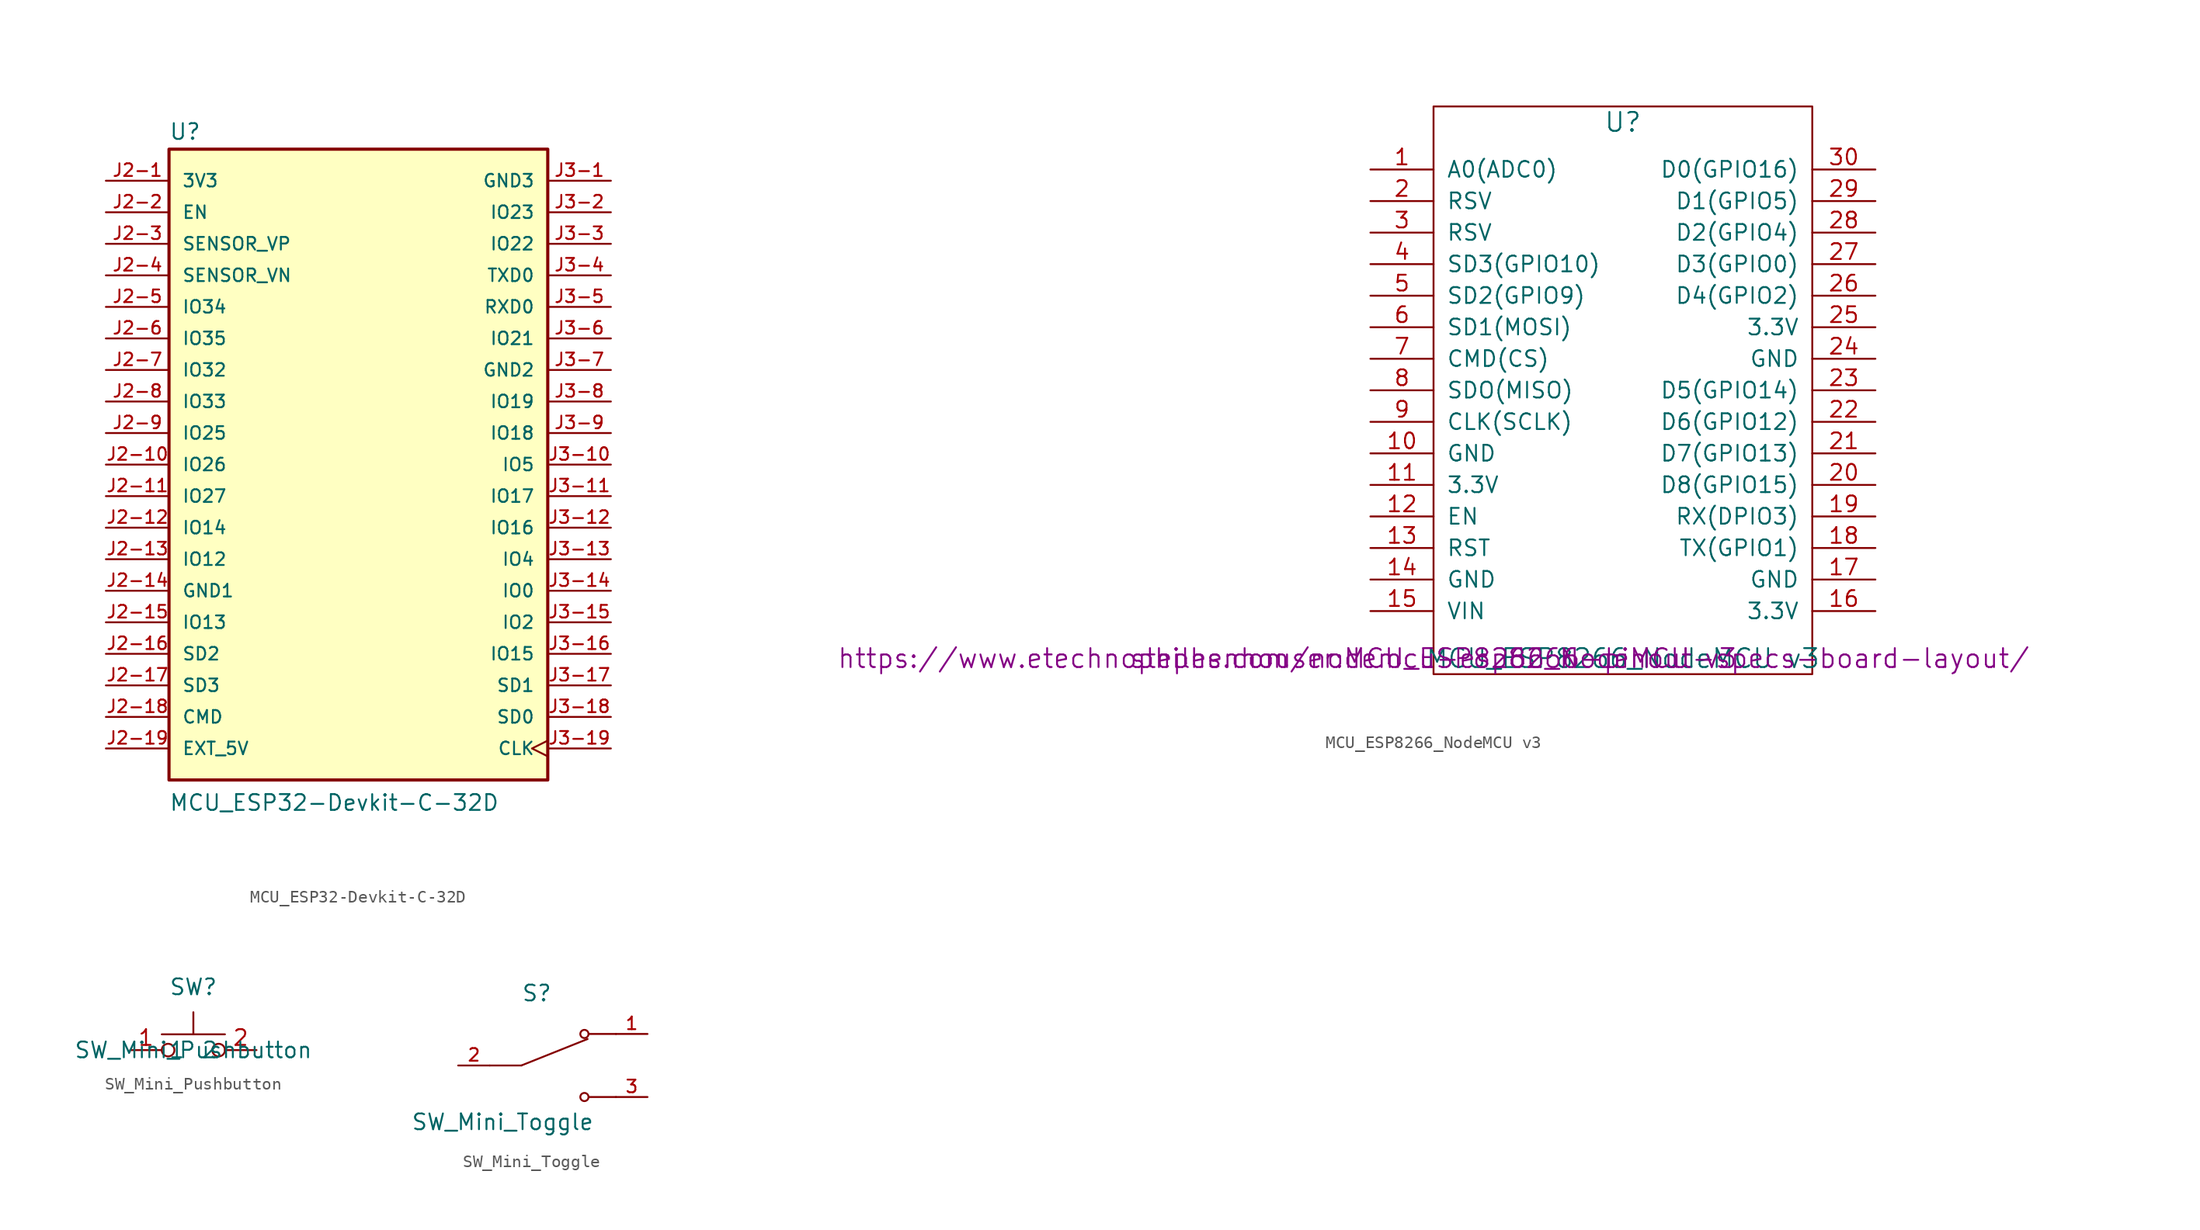
<source format=kicad_sym>
(kicad_symbol_lib
  (version 20220914)
  (generator kicad_symbol_editor)
  (symbol "MCU_ESP32-Devkit-C-32D"
    (pin_names
      (offset 1.016))
    (property "Reference" "U"
      (at -15.257 26.064 0)
      (effects (font (size 1.27 1.27)) (justify left bottom)))
    (property "Value" "MCU_ESP32-Devkit-C-32D"
      (at -15.256 -27.97 0)
      (effects (font (size 1.27 1.27)) (justify left bottom)))
    (symbol "MCU_ESP32-Devkit-C-32D_0_0"
      (rectangle (start -15.24 -25.4) (end 15.24 25.4) (stroke (width 0.254) (type default)) (fill (type background)))
      (pin power_in line (at -20.32 22.86 0) (length 5.08) (name "3V3" (effects (font (size 1.016 1.016)))) (number "J2-1" (effects (font (size 1.016 1.016)))))
      (pin bidirectional line (at -20.32 0 0) (length 5.08) (name "IO26" (effects (font (size 1.016 1.016)))) (number "J2-10" (effects (font (size 1.016 1.016)))))
      (pin bidirectional line (at -20.32 -2.54 0) (length 5.08) (name "IO27" (effects (font (size 1.016 1.016)))) (number "J2-11" (effects (font (size 1.016 1.016)))))
      (pin bidirectional line (at -20.32 -5.08 0) (length 5.08) (name "IO14" (effects (font (size 1.016 1.016)))) (number "J2-12" (effects (font (size 1.016 1.016)))))
      (pin bidirectional line (at -20.32 -7.62 0) (length 5.08) (name "IO12" (effects (font (size 1.016 1.016)))) (number "J2-13" (effects (font (size 1.016 1.016)))))
      (pin power_in line (at -20.32 -10.16 0) (length 5.08) (name "GND1" (effects (font (size 1.016 1.016)))) (number "J2-14" (effects (font (size 1.016 1.016)))))
      (pin bidirectional line (at -20.32 -12.7 0) (length 5.08) (name "IO13" (effects (font (size 1.016 1.016)))) (number "J2-15" (effects (font (size 1.016 1.016)))))
      (pin bidirectional line (at -20.32 -15.24 0) (length 5.08) (name "SD2" (effects (font (size 1.016 1.016)))) (number "J2-16" (effects (font (size 1.016 1.016)))))
      (pin bidirectional line (at -20.32 -17.78 0) (length 5.08) (name "SD3" (effects (font (size 1.016 1.016)))) (number "J2-17" (effects (font (size 1.016 1.016)))))
      (pin bidirectional line (at -20.32 -20.32 0) (length 5.08) (name "CMD" (effects (font (size 1.016 1.016)))) (number "J2-18" (effects (font (size 1.016 1.016)))))
      (pin power_in line (at -20.32 -22.86 0) (length 5.08) (name "EXT_5V" (effects (font (size 1.016 1.016)))) (number "J2-19" (effects (font (size 1.016 1.016)))))
      (pin input line (at -20.32 20.32 0) (length 5.08) (name "EN" (effects (font (size 1.016 1.016)))) (number "J2-2" (effects (font (size 1.016 1.016)))))
      (pin input line (at -20.32 17.78 0) (length 5.08) (name "SENSOR_VP" (effects (font (size 1.016 1.016)))) (number "J2-3" (effects (font (size 1.016 1.016)))))
      (pin input line (at -20.32 15.24 0) (length 5.08) (name "SENSOR_VN" (effects (font (size 1.016 1.016)))) (number "J2-4" (effects (font (size 1.016 1.016)))))
      (pin bidirectional line (at -20.32 12.7 0) (length 5.08) (name "IO34" (effects (font (size 1.016 1.016)))) (number "J2-5" (effects (font (size 1.016 1.016)))))
      (pin bidirectional line (at -20.32 10.16 0) (length 5.08) (name "IO35" (effects (font (size 1.016 1.016)))) (number "J2-6" (effects (font (size 1.016 1.016)))))
      (pin bidirectional line (at -20.32 7.62 0) (length 5.08) (name "IO32" (effects (font (size 1.016 1.016)))) (number "J2-7" (effects (font (size 1.016 1.016)))))
      (pin bidirectional line (at -20.32 5.08 0) (length 5.08) (name "IO33" (effects (font (size 1.016 1.016)))) (number "J2-8" (effects (font (size 1.016 1.016)))))
      (pin bidirectional line (at -20.32 2.54 0) (length 5.08) (name "IO25" (effects (font (size 1.016 1.016)))) (number "J2-9" (effects (font (size 1.016 1.016)))))
      (pin power_in line (at 20.32 22.86 180) (length 5.08) (name "GND3" (effects (font (size 1.016 1.016)))) (number "J3-1" (effects (font (size 1.016 1.016)))))
      (pin bidirectional line (at 20.32 0 180) (length 5.08) (name "IO5" (effects (font (size 1.016 1.016)))) (number "J3-10" (effects (font (size 1.016 1.016)))))
      (pin bidirectional line (at 20.32 -2.54 180) (length 5.08) (name "IO17" (effects (font (size 1.016 1.016)))) (number "J3-11" (effects (font (size 1.016 1.016)))))
      (pin bidirectional line (at 20.32 -5.08 180) (length 5.08) (name "IO16" (effects (font (size 1.016 1.016)))) (number "J3-12" (effects (font (size 1.016 1.016)))))
      (pin bidirectional line (at 20.32 -7.62 180) (length 5.08) (name "IO4" (effects (font (size 1.016 1.016)))) (number "J3-13" (effects (font (size 1.016 1.016)))))
      (pin bidirectional line (at 20.32 -10.16 180) (length 5.08) (name "IO0" (effects (font (size 1.016 1.016)))) (number "J3-14" (effects (font (size 1.016 1.016)))))
      (pin bidirectional line (at 20.32 -12.7 180) (length 5.08) (name "IO2" (effects (font (size 1.016 1.016)))) (number "J3-15" (effects (font (size 1.016 1.016)))))
      (pin bidirectional line (at 20.32 -15.24 180) (length 5.08) (name "IO15" (effects (font (size 1.016 1.016)))) (number "J3-16" (effects (font (size 1.016 1.016)))))
      (pin bidirectional line (at 20.32 -17.78 180) (length 5.08) (name "SD1" (effects (font (size 1.016 1.016)))) (number "J3-17" (effects (font (size 1.016 1.016)))))
      (pin bidirectional line (at 20.32 -20.32 180) (length 5.08) (name "SD0" (effects (font (size 1.016 1.016)))) (number "J3-18" (effects (font (size 1.016 1.016)))))
      (pin input clock (at 20.32 -22.86 180) (length 5.08) (name "CLK" (effects (font (size 1.016 1.016)))) (number "J3-19" (effects (font (size 1.016 1.016)))))
      (pin bidirectional line (at 20.32 20.32 180) (length 5.08) (name "IO23" (effects (font (size 1.016 1.016)))) (number "J3-2" (effects (font (size 1.016 1.016)))))
      (pin bidirectional line (at 20.32 17.78 180) (length 5.08) (name "IO22" (effects (font (size 1.016 1.016)))) (number "J3-3" (effects (font (size 1.016 1.016)))))
      (pin output line (at 20.32 15.24 180) (length 5.08) (name "TXD0" (effects (font (size 1.016 1.016)))) (number "J3-4" (effects (font (size 1.016 1.016)))))
      (pin input line (at 20.32 12.7 180) (length 5.08) (name "RXD0" (effects (font (size 1.016 1.016)))) (number "J3-5" (effects (font (size 1.016 1.016)))))
      (pin bidirectional line (at 20.32 10.16 180) (length 5.08) (name "IO21" (effects (font (size 1.016 1.016)))) (number "J3-6" (effects (font (size 1.016 1.016)))))
      (pin power_in line (at 20.32 7.62 180) (length 5.08) (name "GND2" (effects (font (size 1.016 1.016)))) (number "J3-7" (effects (font (size 1.016 1.016)))))
      (pin bidirectional line (at 20.32 5.08 180) (length 5.08) (name "IO19" (effects (font (size 1.016 1.016)))) (number "J3-8" (effects (font (size 1.016 1.016)))))
      (pin bidirectional line (at 20.32 2.54 180) (length 5.08) (name "IO18" (effects (font (size 1.016 1.016)))) (number "J3-9" (effects (font (size 1.016 1.016)))))))
  (symbol "MCU_ESP8266_NodeMCU v3"
    (pin_names
      (offset 1.016))
    (property "Reference" "U"
      (at 0 21.59 0)
      (effects (font (size 1.524 1.524))))
    (property "Value" "MCU_ESP8266_NodeMCU v3"
      (at 0 -21.59 0)
      (effects (font (size 1.524 1.524))))
    (property "Footprint" "stephenhouser:MCU_ESP8266_NodeMCU v3"
      (at -15.24 -21.59 0)
      (effects (font (size 1.524 1.524))))
    (property "Datasheet" "https://www.etechnophiles.com/nodemcu-esp8266-pinout-specs-board-layout/"
      (at -15.24 -21.59 0)
      (effects (font (size 1.524 1.524))))
    (symbol "MCU_ESP8266_NodeMCU v3_0_1"
      (rectangle (start -15.24 -22.86) (end 15.24 22.86) (stroke (width 0) (type solid)) (fill (type none))))
    (symbol "MCU_ESP8266_NodeMCU v3_1_1"
      (pin input line (at -20.32 17.78 0) (length 5.08) (name "A0(ADC0)" (effects (font (size 1.27 1.27)))) (number "1" (effects (font (size 1.27 1.27)))))
      (pin input line (at -20.32 -5.08 0) (length 5.08) (name "GND" (effects (font (size 1.27 1.27)))) (number "10" (effects (font (size 1.27 1.27)))))
      (pin input line (at -20.32 -7.62 0) (length 5.08) (name "3.3V" (effects (font (size 1.27 1.27)))) (number "11" (effects (font (size 1.27 1.27)))))
      (pin input line (at -20.32 -10.16 0) (length 5.08) (name "EN" (effects (font (size 1.27 1.27)))) (number "12" (effects (font (size 1.27 1.27)))))
      (pin input line (at -20.32 -12.7 0) (length 5.08) (name "RST" (effects (font (size 1.27 1.27)))) (number "13" (effects (font (size 1.27 1.27)))))
      (pin input line (at -20.32 -15.24 0) (length 5.08) (name "GND" (effects (font (size 1.27 1.27)))) (number "14" (effects (font (size 1.27 1.27)))))
      (pin input line (at -20.32 -17.78 0) (length 5.08) (name "VIN" (effects (font (size 1.27 1.27)))) (number "15" (effects (font (size 1.27 1.27)))))
      (pin input line (at 20.32 -17.78 180) (length 5.08) (name "3.3V" (effects (font (size 1.27 1.27)))) (number "16" (effects (font (size 1.27 1.27)))))
      (pin input line (at 20.32 -15.24 180) (length 5.08) (name "GND" (effects (font (size 1.27 1.27)))) (number "17" (effects (font (size 1.27 1.27)))))
      (pin input line (at 20.32 -12.7 180) (length 5.08) (name "TX(GPIO1)" (effects (font (size 1.27 1.27)))) (number "18" (effects (font (size 1.27 1.27)))))
      (pin input line (at 20.32 -10.16 180) (length 5.08) (name "RX(DPIO3)" (effects (font (size 1.27 1.27)))) (number "19" (effects (font (size 1.27 1.27)))))
      (pin input line (at -20.32 15.24 0) (length 5.08) (name "RSV" (effects (font (size 1.27 1.27)))) (number "2" (effects (font (size 1.27 1.27)))))
      (pin input line (at 20.32 -7.62 180) (length 5.08) (name "D8(GPIO15)" (effects (font (size 1.27 1.27)))) (number "20" (effects (font (size 1.27 1.27)))))
      (pin input line (at 20.32 -5.08 180) (length 5.08) (name "D7(GPIO13)" (effects (font (size 1.27 1.27)))) (number "21" (effects (font (size 1.27 1.27)))))
      (pin input line (at 20.32 -2.54 180) (length 5.08) (name "D6(GPIO12)" (effects (font (size 1.27 1.27)))) (number "22" (effects (font (size 1.27 1.27)))))
      (pin input line (at 20.32 0 180) (length 5.08) (name "D5(GPIO14)" (effects (font (size 1.27 1.27)))) (number "23" (effects (font (size 1.27 1.27)))))
      (pin input line (at 20.32 2.54 180) (length 5.08) (name "GND" (effects (font (size 1.27 1.27)))) (number "24" (effects (font (size 1.27 1.27)))))
      (pin input line (at 20.32 5.08 180) (length 5.08) (name "3.3V" (effects (font (size 1.27 1.27)))) (number "25" (effects (font (size 1.27 1.27)))))
      (pin input line (at 20.32 7.62 180) (length 5.08) (name "D4(GPIO2)" (effects (font (size 1.27 1.27)))) (number "26" (effects (font (size 1.27 1.27)))))
      (pin input line (at 20.32 10.16 180) (length 5.08) (name "D3(GPIO0)" (effects (font (size 1.27 1.27)))) (number "27" (effects (font (size 1.27 1.27)))))
      (pin input line (at 20.32 12.7 180) (length 5.08) (name "D2(GPIO4)" (effects (font (size 1.27 1.27)))) (number "28" (effects (font (size 1.27 1.27)))))
      (pin input line (at 20.32 15.24 180) (length 5.08) (name "D1(GPIO5)" (effects (font (size 1.27 1.27)))) (number "29" (effects (font (size 1.27 1.27)))))
      (pin input line (at -20.32 12.7 0) (length 5.08) (name "RSV" (effects (font (size 1.27 1.27)))) (number "3" (effects (font (size 1.27 1.27)))))
      (pin input line (at 20.32 17.78 180) (length 5.08) (name "D0(GPIO16)" (effects (font (size 1.27 1.27)))) (number "30" (effects (font (size 1.27 1.27)))))
      (pin input line (at -20.32 10.16 0) (length 5.08) (name "SD3(GPIO10)" (effects (font (size 1.27 1.27)))) (number "4" (effects (font (size 1.27 1.27)))))
      (pin input line (at -20.32 7.62 0) (length 5.08) (name "SD2(GPIO9)" (effects (font (size 1.27 1.27)))) (number "5" (effects (font (size 1.27 1.27)))))
      (pin input line (at -20.32 5.08 0) (length 5.08) (name "SD1(MOSI)" (effects (font (size 1.27 1.27)))) (number "6" (effects (font (size 1.27 1.27)))))
      (pin input line (at -20.32 2.54 0) (length 5.08) (name "CMD(CS)" (effects (font (size 1.27 1.27)))) (number "7" (effects (font (size 1.27 1.27)))))
      (pin input line (at -20.32 0 0) (length 5.08) (name "SDO(MISO)" (effects (font (size 1.27 1.27)))) (number "8" (effects (font (size 1.27 1.27)))))
      (pin input line (at -20.32 -2.54 0) (length 5.08) (name "CLK(SCLK)" (effects (font (size 1.27 1.27)))) (number "9" (effects (font (size 1.27 1.27)))))))
  (symbol "SW_Mini_Pushbutton"
    (property "Reference" "SW"
      (at 0 5.08 0)
      (effects (font (size 1.27 1.27))))
    (property "Value" "SW_Mini_Pushbutton"
      (at 0 0 0)
      (effects (font (size 1.27 1.27))))
    (symbol "SW_Mini_Pushbutton_0_1"
      (circle (center -2.032 0) (radius 0.508) (stroke (width 0) (type default)) (fill (type none)))
      (polyline (pts (xy 0 1.27) (xy 0 3.048)) (stroke (width 0) (type default)) (fill (type none)))
      (polyline (pts (xy 2.54 1.27) (xy -2.54 1.27)) (stroke (width 0) (type default)) (fill (type none)))
      (circle (center 2.032 0) (radius 0.508) (stroke (width 0) (type default)) (fill (type none)))
      (pin passive line (at -5.08 0 0) (length 2.54) (name "1" (effects (font (size 1.27 1.27)))) (number "1" (effects (font (size 1.27 1.27))))))
    (symbol "SW_Mini_Pushbutton_1_1"
      (pin passive line (at 5.08 0 180) (length 2.54) (name "2" (effects (font (size 1.27 1.27)))) (number "2" (effects (font (size 1.27 1.27)))))))
  (symbol "SW_Mini_Toggle"
    (pin_names
      (offset 1.016))
    (property "Reference" "S"
      (at -2.54 5.08 0)
      (effects (font (size 1.27 1.27)) (justify left bottom)))
    (property "Value" "SW_Mini_Toggle"
      (at -11.43 -3.81 0)
      (effects (font (size 1.27 1.27)) (justify left top)))
    (symbol "SW_Mini_Toggle_0_0"
      (polyline (pts (xy -2.54 0) (xy -5.08 0)) (stroke (width 0.152) (type default)) (fill (type none)))
      (polyline (pts (xy -2.54 0) (xy 2.794 2.134)) (stroke (width 0.152) (type default)) (fill (type none)))
      (polyline (pts (xy 5.08 -2.54) (xy 2.921 -2.54)) (stroke (width 0.152) (type default)) (fill (type none)))
      (polyline (pts (xy 5.08 2.54) (xy 2.921 2.54)) (stroke (width 0.152) (type default)) (fill (type none)))
      (circle (center 2.54 -2.54) (radius 0.33) (stroke (width 0.152) (type default)) (fill (type none)))
      (circle (center 2.54 2.54) (radius 0.33) (stroke (width 0.152) (type default)) (fill (type none)))
      (pin passive line (at 7.62 2.54 180) (length 2.54) (name "~" (effects (font (size 1.016 1.016)))) (number "1" (effects (font (size 1.016 1.016)))))
      (pin passive line (at -7.62 0 0) (length 2.54) (name "~" (effects (font (size 1.016 1.016)))) (number "2" (effects (font (size 1.016 1.016)))))
      (pin passive line (at 7.62 -2.54 180) (length 2.54) (name "~" (effects (font (size 1.016 1.016)))) (number "3" (effects (font (size 1.016 1.016))))))))
</source>
